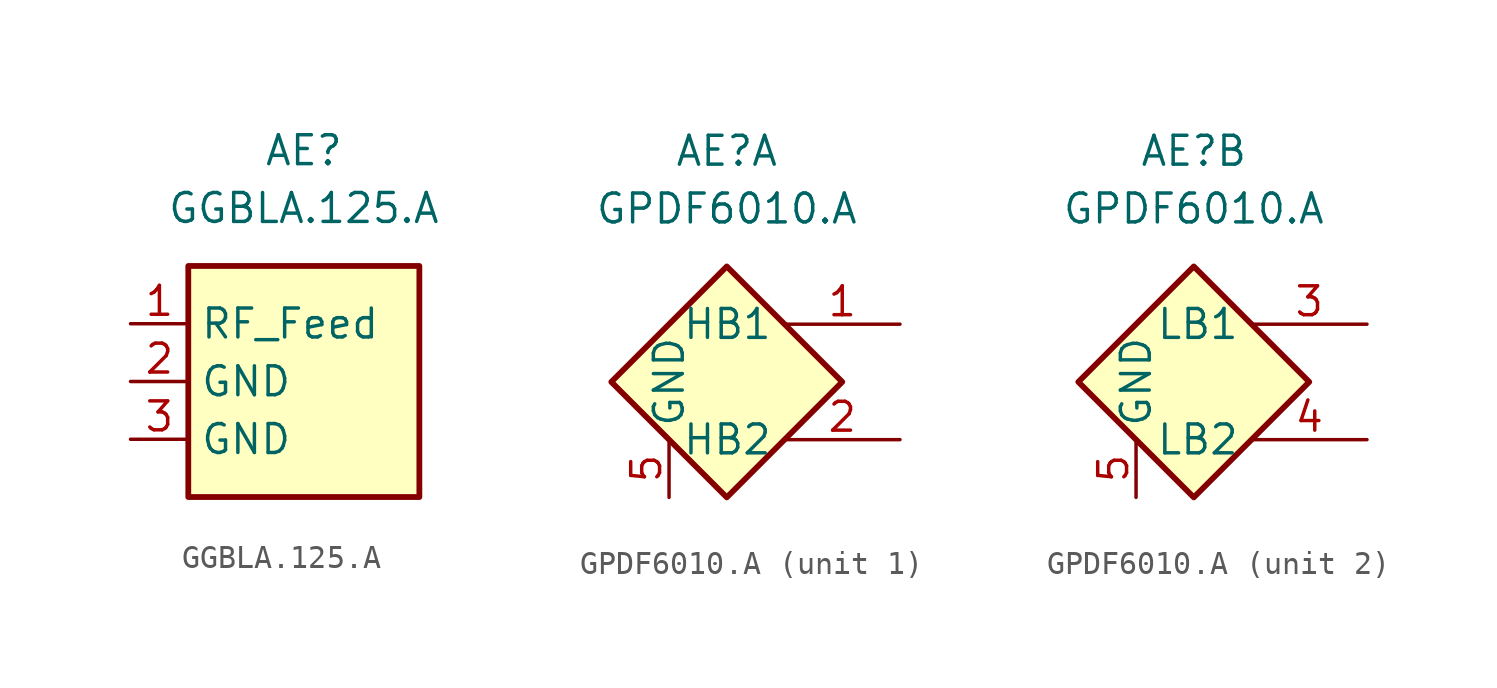
<source format=kicad_sym>
(kicad_symbol_lib
  (version 20231120)
  (generator "kicad_symbol_editor")
  (generator_version "8.0")
  (symbol "GGBLA.125.A"
    (property "Reference" "AE"
      (at 0 10.16 0)
      (effects (font (size 1.27 1.27))))
    (property "Value" "GGBLA.125.A"
      (at 0 7.62 0)
      (effects (font (size 1.27 1.27))))
    (symbol "GGBLA.125.A_1_1"
      (rectangle (start -5.08 5.08) (end 5.08 -5.08) (stroke (width 0.254) (type default)) (fill (type background)))
      (pin passive line (at -7.62 2.54 0) (length 2.54) (name "RF_Feed" (effects (font (size 1.27 1.27)))) (number "1" (effects (font (size 1.27 1.27)))))
      (pin passive line (at -7.62 0 0) (length 2.54) (name "GND" (effects (font (size 1.27 1.27)))) (number "2" (effects (font (size 1.27 1.27)))))
      (pin passive line (at -7.62 -2.54 0) (length 2.54) (name "GND" (effects (font (size 1.27 1.27)))) (number "3" (effects (font (size 1.27 1.27)))))))
  (symbol "GPDF6010.A"
    (property "Reference" "AE"
      (at 0 10.16 0)
      (effects (font (size 1.27 1.27))))
    (property "Value" "GPDF6010.A"
      (at 0 7.62 0)
      (effects (font (size 1.27 1.27))))
    (property "ki_locked" ""
      (at 0 0 0)
      (effects (font (size 1.27 1.27))))
    (symbol "GPDF6010.A_0_1"
      (polyline (pts (xy 5.08 0) (xy 0 -5.08) (xy -5.08 0) (xy 0 5.08) (xy 5.08 0)) (stroke (width 0.254) (type default)) (fill (type background))))
    (symbol "GPDF6010.A_1_1"
      (pin passive line (at 7.62 2.54 180) (length 5.08) (name "HB1" (effects (font (size 1.27 1.27)))) (number "1" (effects (font (size 1.27 1.27)))))
      (pin passive line (at 7.62 -2.54 180) (length 5.08) (name "HB2" (effects (font (size 1.27 1.27)))) (number "2" (effects (font (size 1.27 1.27)))))
      (pin passive line (at -2.54 -5.08 90) (length 2.54) (name "GND" (effects (font (size 1.27 1.27)))) (number "5" (effects (font (size 1.27 1.27))))))
    (symbol "GPDF6010.A_2_1"
      (pin passive line (at 7.62 2.54 180) (length 5.08) (name "LB1" (effects (font (size 1.27 1.27)))) (number "3" (effects (font (size 1.27 1.27)))))
      (pin passive line (at 7.62 -2.54 180) (length 5.08) (name "LB2" (effects (font (size 1.27 1.27)))) (number "4" (effects (font (size 1.27 1.27)))))
      (pin passive line (at -2.54 -5.08 90) (length 2.54) (name "GND" (effects (font (size 1.27 1.27)))) (number "5" (effects (font (size 1.27 1.27))))))))
</source>
